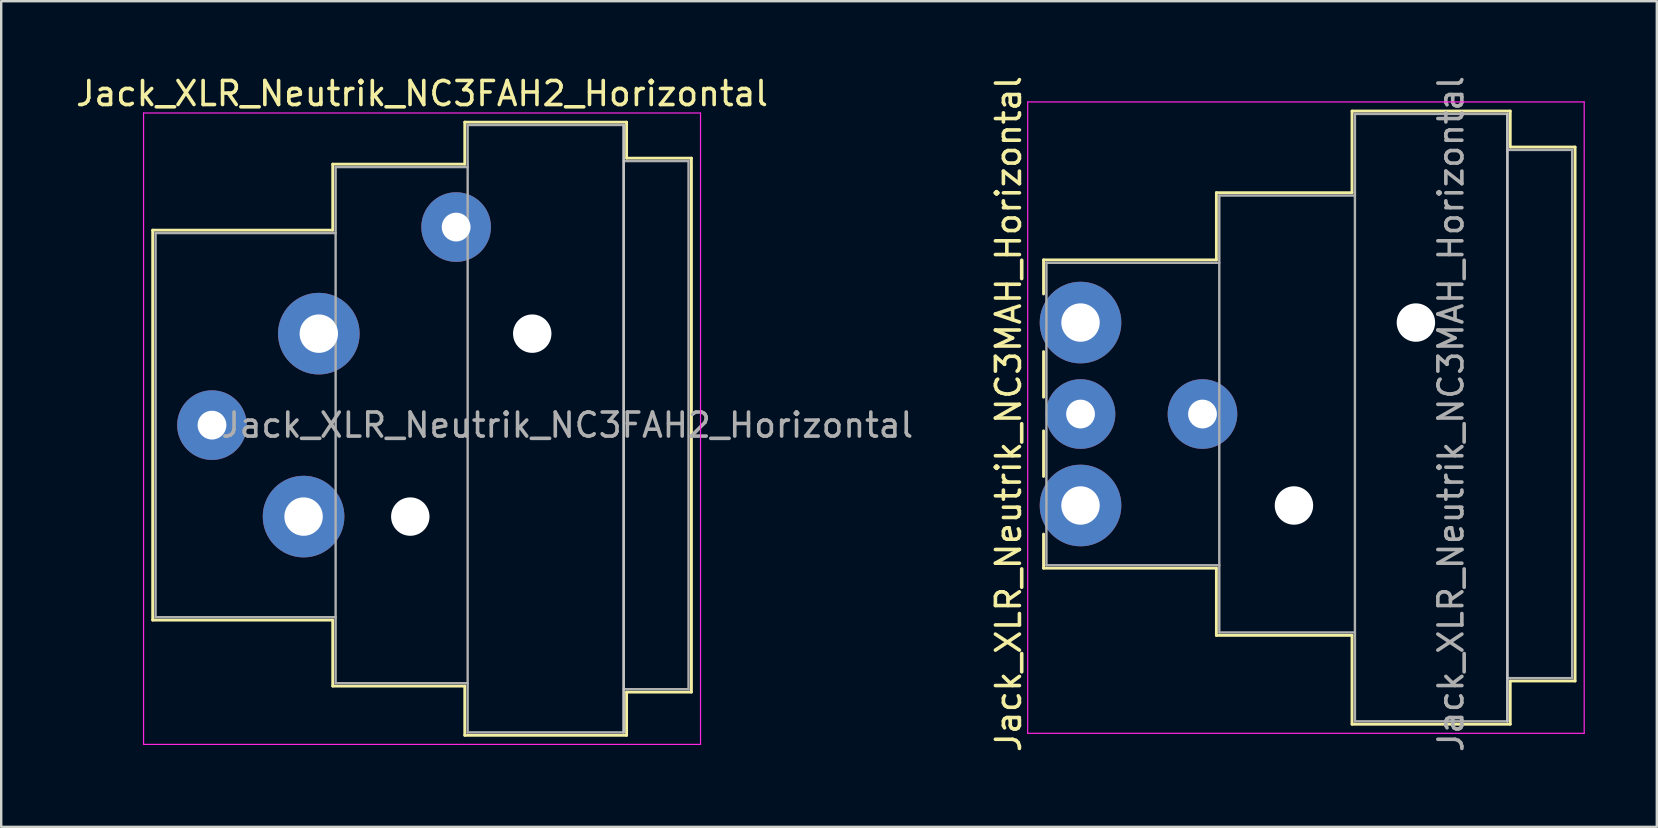
<source format=kicad_pcb>
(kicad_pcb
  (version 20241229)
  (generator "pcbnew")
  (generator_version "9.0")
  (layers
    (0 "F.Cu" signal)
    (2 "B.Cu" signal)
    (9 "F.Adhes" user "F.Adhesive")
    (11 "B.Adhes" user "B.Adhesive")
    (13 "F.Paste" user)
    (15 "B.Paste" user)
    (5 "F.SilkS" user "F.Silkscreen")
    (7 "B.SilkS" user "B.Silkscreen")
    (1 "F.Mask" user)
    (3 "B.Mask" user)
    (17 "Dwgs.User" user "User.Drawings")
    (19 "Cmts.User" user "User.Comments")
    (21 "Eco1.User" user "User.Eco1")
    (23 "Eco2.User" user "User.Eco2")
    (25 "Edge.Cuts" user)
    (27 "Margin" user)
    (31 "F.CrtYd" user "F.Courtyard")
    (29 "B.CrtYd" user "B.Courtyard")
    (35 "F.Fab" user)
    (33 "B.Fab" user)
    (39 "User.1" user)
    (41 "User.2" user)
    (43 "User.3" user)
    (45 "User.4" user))
  (footprint "Jack_XLR_Neutrik_NC3MAH_Horizontal"
    (layer "F.Cu")
    (at 59.858 14.196)
    (property "Reference" "Jack_XLR_Neutrik_NC3MAH_Horizontal" (at -20.9 0 90) (layer "F.SilkS") (effects (font (size 1 1) (thickness 0.15))))
    (attr through_hole)
    (fp_line (start -19.44 -6.42) (end -19.44 -5) (stroke (width 0.12) (type solid)) (layer "F.SilkS"))
    (fp_line (start -19.44 -0.7) (end -19.44 -2.6) (stroke (width 0.12) (type solid)) (layer "F.SilkS"))
    (fp_line (start -19.44 0.7) (end -19.44 2.6) (stroke (width 0.12) (type solid)) (layer "F.SilkS"))
    (fp_line (start -19.44 5) (end -19.44 6.42) (stroke (width 0.12) (type solid)) (layer "F.SilkS"))
    (fp_line (start -12.24 -6.42) (end -19.44 -6.42) (stroke (width 0.12) (type solid)) (layer "F.SilkS"))
    (fp_line (start -12.24 -6.42) (end -12.24 -9.22) (stroke (width 0.12) (type solid)) (layer "F.SilkS"))
    (fp_line (start -12.24 6.42) (end -19.44 6.42) (stroke (width 0.12) (type solid)) (layer "F.SilkS"))
    (fp_line (start -12.24 6.42) (end -12.24 9.22) (stroke (width 0.12) (type solid)) (layer "F.SilkS"))
    (fp_line (start -6.59 -9.22) (end -12.24 -9.22) (stroke (width 0.12) (type solid)) (layer "F.SilkS"))
    (fp_line (start -6.59 -9.22) (end -6.59 -12.62) (stroke (width 0.12) (type solid)) (layer "F.SilkS"))
    (fp_line (start -6.59 9.22) (end -12.24 9.22) (stroke (width 0.12) (type solid)) (layer "F.SilkS"))
    (fp_line (start -6.59 12.92) (end -6.59 9.22) (stroke (width 0.12) (type solid)) (layer "F.SilkS"))
    (fp_line (start 0 -12.62) (end -6.59 -12.62) (stroke (width 0.12) (type solid)) (layer "F.SilkS"))
    (fp_line (start 0 -12.62) (end 0 -11.12) (stroke (width 0.12) (type solid)) (layer "F.SilkS"))
    (fp_line (start 0 -11.12) (end 2.7 -11.12) (stroke (width 0.12) (type solid)) (layer "F.SilkS"))
    (fp_line (start 0 11.12) (end 0 12.92) (stroke (width 0.12) (type solid)) (layer "F.SilkS"))
    (fp_line (start 0 11.12) (end 2.7 11.12) (stroke (width 0.12) (type solid)) (layer "F.SilkS"))
    (fp_line (start 0 12.92) (end -6.59 12.92) (stroke (width 0.12) (type solid)) (layer "F.SilkS"))
    (fp_line (start 2.7 -11.12) (end 2.7 11.12) (stroke (width 0.12) (type solid)) (layer "F.SilkS"))
    (fp_line (start -0.12 -12.5) (end -0.12 12.8) (stroke (width 0.1) (type solid)) (layer "Dwgs.User"))
    (fp_line (start -20.1 -13) (end -20.1 13.3) (stroke (width 0.05) (type solid)) (layer "F.CrtYd"))
    (fp_line (start 3.08 -13) (end -20.1 -13) (stroke (width 0.05) (type solid)) (layer "F.CrtYd"))
    (fp_line (start 3.08 -13) (end 3.08 13.3) (stroke (width 0.05) (type solid)) (layer "F.CrtYd"))
    (fp_line (start 3.08 13.3) (end -20.1 13.3) (stroke (width 0.05) (type solid)) (layer "F.CrtYd"))
    (fp_line (start -19.32 -6.3) (end -19.32 6.3) (stroke (width 0.1) (type solid)) (layer "F.Fab"))
    (fp_line (start -12.12 -6.3) (end -19.32 -6.3) (stroke (width 0.1) (type solid)) (layer "F.Fab"))
    (fp_line (start -12.12 6.3) (end -19.32 6.3) (stroke (width 0.1) (type solid)) (layer "F.Fab"))
    (fp_line (start -12.12 9.1) (end -12.12 -9.1) (stroke (width 0.1) (type solid)) (layer "F.Fab"))
    (fp_line (start -12.12 9.1) (end -6.47 9.1) (stroke (width 0.1) (type solid)) (layer "F.Fab"))
    (fp_line (start -6.47 -12.5) (end -0.12 -12.5) (stroke (width 0.1) (type solid)) (layer "F.Fab"))
    (fp_line (start -6.47 -9.1) (end -12.12 -9.1) (stroke (width 0.1) (type solid)) (layer "F.Fab"))
    (fp_line (start -6.47 12.8) (end -6.47 -12.5) (stroke (width 0.1) (type solid)) (layer "F.Fab"))
    (fp_line (start -0.12 -12.5) (end -0.12 12.8) (stroke (width 0.1) (type solid)) (layer "F.Fab"))
    (fp_line (start -0.12 -11) (end 2.58 -11) (stroke (width 0.1) (type solid)) (layer "F.Fab"))
    (fp_line (start -0.12 12.8) (end -6.47 12.8) (stroke (width 0.1) (type solid)) (layer "F.Fab"))
    (fp_line (start 2.58 -11) (end 2.58 11) (stroke (width 0.1) (type solid)) (layer "F.Fab"))
    (fp_line (start 2.58 11) (end -0.12 11) (stroke (width 0.1) (type solid)) (layer "F.Fab"))
    (fp_text user "${REFERENCE}" (at -2.47 0 90) (layer "F.Fab") (effects (font (size 1 1) (thickness 0.15))))
    (pad "" np_thru_hole circle (at -9.01 3.81 90) (size 1.6 1.6) (drill 1.6) (layers "*.Cu" "*.Mask"))
    (pad "" np_thru_hole circle (at -3.93 -3.81 90) (size 1.6 1.6) (drill 1.6) (layers "*.Cu" "*.Mask"))
    (pad "1" thru_hole circle (at -17.9 3.81 90) (size 3.4 3.4) (drill 1.6) (layers "*.Cu" "*.Mask"))
    (pad "2" thru_hole circle (at -17.9 -3.81 90) (size 3.4 3.4) (drill 1.6) (layers "*.Cu" "*.Mask"))
    (pad "3" thru_hole circle (at -17.9 0 90) (size 2.9 2.9) (drill 1.2) (layers "*.Cu" "*.Mask"))
    (pad "G" thru_hole circle (at -12.82 0 90) (size 2.9 2.9) (drill 1.2) (layers "*.Cu" "*.Mask")))
  (footprint "Jack_XLR_Neutrik_NC3FAH2_Horizontal"
    (layer "F.Cu")
    (at 23.05 14.658)
    (property "Reference" "Jack_XLR_Neutrik_NC3FAH2_Horizontal" (at -8.52 -13.81 0) (layer "F.SilkS") (effects (font (size 1 1) (thickness 0.15))))
    (attr through_hole)
    (fp_line (start -19.74 -8.12) (end -19.74 8.12) (stroke (width 0.12) (type solid)) (layer "F.SilkS"))
    (fp_line (start -12.24 -10.87) (end -12.24 -8.12) (stroke (width 0.12) (type solid)) (layer "F.SilkS"))
    (fp_line (start -12.24 -8.12) (end -19.74 -8.12) (stroke (width 0.12) (type solid)) (layer "F.SilkS"))
    (fp_line (start -12.24 8.12) (end -19.74 8.12) (stroke (width 0.12) (type solid)) (layer "F.SilkS"))
    (fp_line (start -12.24 8.12) (end -12.24 10.87) (stroke (width 0.12) (type solid)) (layer "F.SilkS"))
    (fp_line (start -6.74 -10.87) (end -12.24 -10.87) (stroke (width 0.12) (type solid)) (layer "F.SilkS"))
    (fp_line (start -6.74 -10.87) (end -6.74 -12.62) (stroke (width 0.12) (type solid)) (layer "F.SilkS"))
    (fp_line (start -6.74 10.87) (end -12.24 10.87) (stroke (width 0.12) (type solid)) (layer "F.SilkS"))
    (fp_line (start -6.74 12.92) (end -6.74 10.87) (stroke (width 0.12) (type solid)) (layer "F.SilkS"))
    (fp_line (start 0 -12.62) (end -6.74 -12.62) (stroke (width 0.12) (type solid)) (layer "F.SilkS"))
    (fp_line (start 0 -12.62) (end 0 -11.12) (stroke (width 0.12) (type solid)) (layer "F.SilkS"))
    (fp_line (start 0 -11.12) (end 2.7 -11.12) (stroke (width 0.12) (type solid)) (layer "F.SilkS"))
    (fp_line (start 0 11.12) (end 0 12.92) (stroke (width 0.12) (type solid)) (layer "F.SilkS"))
    (fp_line (start 0 11.12) (end 2.7 11.12) (stroke (width 0.12) (type solid)) (layer "F.SilkS"))
    (fp_line (start 0 12.92) (end -6.74 12.92) (stroke (width 0.12) (type solid)) (layer "F.SilkS"))
    (fp_line (start 2.7 -11.12) (end 2.7 11.12) (stroke (width 0.12) (type solid)) (layer "F.SilkS"))
    (fp_line (start -0.12 -12.5) (end -0.12 12.8) (stroke (width 0.1) (type solid)) (layer "Dwgs.User"))
    (fp_line (start -20.12 -13) (end -20.12 13.3) (stroke (width 0.05) (type solid)) (layer "F.CrtYd"))
    (fp_line (start 3.08 -13) (end -20.12 -13) (stroke (width 0.05) (type solid)) (layer "F.CrtYd"))
    (fp_line (start 3.08 -13) (end 3.08 13.3) (stroke (width 0.05) (type solid)) (layer "F.CrtYd"))
    (fp_line (start 3.08 13.3) (end -20.12 13.3) (stroke (width 0.05) (type solid)) (layer "F.CrtYd"))
    (fp_line (start -19.62 -8) (end -19.62 8) (stroke (width 0.1) (type solid)) (layer "F.Fab"))
    (fp_line (start -19.62 8) (end -12.12 8) (stroke (width 0.1) (type solid)) (layer "F.Fab"))
    (fp_line (start -12.12 -10.75) (end -12.12 10.75) (stroke (width 0.1) (type solid)) (layer "F.Fab"))
    (fp_line (start -12.12 -8) (end -19.62 -8) (stroke (width 0.1) (type solid)) (layer "F.Fab"))
    (fp_line (start -12.12 10.75) (end -6.62 10.75) (stroke (width 0.1) (type solid)) (layer "F.Fab"))
    (fp_line (start -6.62 -12.5) (end -0.12 -12.5) (stroke (width 0.1) (type solid)) (layer "F.Fab"))
    (fp_line (start -6.62 -10.75) (end -12.12 -10.75) (stroke (width 0.1) (type solid)) (layer "F.Fab"))
    (fp_line (start -6.62 12.8) (end -6.62 -12.5) (stroke (width 0.1) (type solid)) (layer "F.Fab"))
    (fp_line (start -0.12 -12.5) (end -0.12 12.8) (stroke (width 0.1) (type solid)) (layer "F.Fab"))
    (fp_line (start -0.12 -11) (end 2.58 -11) (stroke (width 0.1) (type solid)) (layer "F.Fab"))
    (fp_line (start -0.12 12.8) (end -6.62 12.8) (stroke (width 0.1) (type solid)) (layer "F.Fab"))
    (fp_line (start 2.58 -11) (end 2.58 11) (stroke (width 0.1) (type solid)) (layer "F.Fab"))
    (fp_line (start 2.58 11) (end -0.12 11) (stroke (width 0.1) (type solid)) (layer "F.Fab"))
    (fp_text user "${REFERENCE}" (at -2.47 0 0) (layer "F.Fab") (effects (font (size 1 1) (thickness 0.15))))
    (pad "" np_thru_hole circle (at -9.01 3.81) (size 1.6 1.6) (drill 1.6) (layers "*.Cu" "*.Mask"))
    (pad "" np_thru_hole circle (at -3.93 -3.81) (size 1.6 1.6) (drill 1.6) (layers "*.Cu" "*.Mask"))
    (pad "1" thru_hole circle (at -12.82 -3.81) (size 3.4 3.4) (drill 1.6) (layers "*.Cu" "*.Mask"))
    (pad "2" thru_hole circle (at -13.455 3.81) (size 3.4 3.4) (drill 1.6) (layers "*.Cu" "*.Mask"))
    (pad "3" thru_hole circle (at -17.27 0) (size 2.9 2.9) (drill 1.2) (layers "*.Cu" "*.Mask"))
    (pad "G" thru_hole circle (at -7.1 -8.25) (size 2.9 2.9) (drill 1.2) (layers "*.Cu" "*.Mask")))
  (gr_rect
    (start -3 -3)
    (end 65.963 31.393)
    (stroke (width 0.1) (type default))
    (fill no)
    (layer "Edge.Cuts")))
</source>
